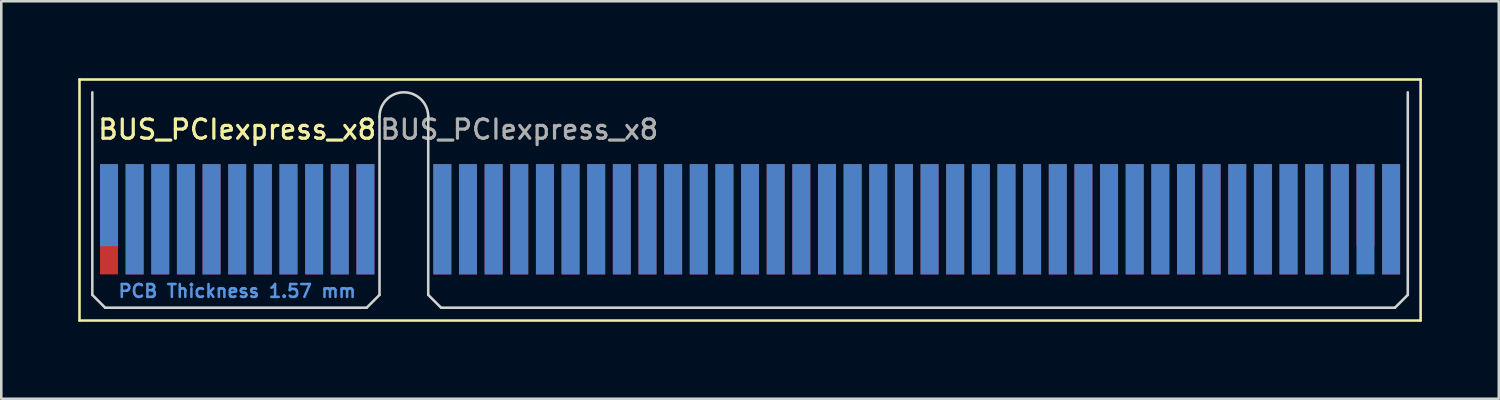
<source format=kicad_pcb>
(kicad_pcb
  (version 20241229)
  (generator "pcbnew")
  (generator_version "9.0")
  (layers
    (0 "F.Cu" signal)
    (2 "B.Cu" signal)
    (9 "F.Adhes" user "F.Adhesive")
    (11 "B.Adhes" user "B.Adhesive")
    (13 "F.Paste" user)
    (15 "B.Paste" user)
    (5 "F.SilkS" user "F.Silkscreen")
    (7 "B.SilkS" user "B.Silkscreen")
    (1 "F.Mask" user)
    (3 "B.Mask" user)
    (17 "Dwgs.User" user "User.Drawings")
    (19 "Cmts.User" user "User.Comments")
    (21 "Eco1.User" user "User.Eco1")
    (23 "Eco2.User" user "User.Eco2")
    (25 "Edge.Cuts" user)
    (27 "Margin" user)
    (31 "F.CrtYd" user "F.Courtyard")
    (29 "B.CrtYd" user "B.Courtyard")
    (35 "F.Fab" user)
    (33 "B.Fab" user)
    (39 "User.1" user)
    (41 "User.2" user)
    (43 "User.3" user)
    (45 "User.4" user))
  (footprint "BUS_PCIexpress_x8"
    (layer "F.Cu")
    (at 1.2 5.5)
    (property "Reference" "BUS_PCIexpress_x8" (at 5 -3.5 0) (layer "F.SilkS") (effects (font (size 0.75 0.75) (thickness 0.125))))
    (attr exclude_from_pos_files exclude_from_bom)
    (fp_line (start -1.15 -5.45) (end -1.15 3.95) (stroke (width 0.1) (type solid)) (layer "F.SilkS"))
    (fp_line (start -1.15 -5.45) (end 51.15 -5.45) (stroke (width 0.1) (type solid)) (layer "F.SilkS"))
    (fp_line (start 51.15 3.95) (end -1.15 3.95) (stroke (width 0.1) (type solid)) (layer "F.SilkS"))
    (fp_line (start 51.15 3.95) (end 51.15 -5.45) (stroke (width 0.1) (type solid)) (layer "F.SilkS"))
    (fp_line (start -0.65 -4.95) (end -0.65 2.95) (stroke (width 0.1) (type solid)) (layer "Edge.Cuts"))
    (fp_line (start -0.65 2.95) (end -0.15 3.45) (stroke (width 0.1) (type solid)) (layer "Edge.Cuts"))
    (fp_line (start -0.15 3.45) (end 10.05 3.45) (stroke (width 0.1) (type solid)) (layer "Edge.Cuts"))
    (fp_line (start 10.55 -4) (end 10.55 2.95) (stroke (width 0.1) (type solid)) (layer "Edge.Cuts"))
    (fp_line (start 10.55 2.95) (end 10.05 3.45) (stroke (width 0.1) (type solid)) (layer "Edge.Cuts"))
    (fp_line (start 12.45 -4) (end 12.45 2.95) (stroke (width 0.1) (type solid)) (layer "Edge.Cuts"))
    (fp_line (start 12.45 2.95) (end 12.95 3.45) (stroke (width 0.1) (type solid)) (layer "Edge.Cuts"))
    (fp_line (start 12.95 3.45) (end 50.15 3.45) (stroke (width 0.1) (type solid)) (layer "Edge.Cuts"))
    (fp_line (start 50.65 -4.95) (end 50.65 2.95) (stroke (width 0.1) (type solid)) (layer "Edge.Cuts"))
    (fp_line (start 50.65 2.95) (end 50.15 3.45) (stroke (width 0.1) (type solid)) (layer "Edge.Cuts"))
    (fp_arc (start 10.55 -4) (mid 11.5 -4.95) (end 12.45 -4) (stroke (width 0.1) (type solid)) (layer "Edge.Cuts"))
    (fp_text user "PCB Thickness 1.57 mm" (at 5 2.8 180) (layer "Cmts.User") (effects (font (size 0.5 0.5) (thickness 0.1))))
    (fp_text user "${REFERENCE}" (at 16 -3.5 0) (layer "F.Fab") (effects (font (size 0.75 0.75) (thickness 0.125))))
    (pad "A1" connect rect (at 0 -0.55) (size 0.7 3.2) (layers "B.Cu" "B.Mask"))
    (pad "A2" connect rect (at 1 0) (size 0.7 4.3) (layers "B.Cu" "B.Mask"))
    (pad "A3" connect rect (at 2 0) (size 0.7 4.3) (layers "B.Cu" "B.Mask"))
    (pad "A4" connect rect (at 3 0) (size 0.7 4.3) (layers "B.Cu" "B.Mask"))
    (pad "A5" connect rect (at 4 0) (size 0.7 4.3) (layers "B.Cu" "B.Mask"))
    (pad "A6" connect rect (at 5 0) (size 0.7 4.3) (layers "B.Cu" "B.Mask"))
    (pad "A7" connect rect (at 6 0) (size 0.7 4.3) (layers "B.Cu" "B.Mask"))
    (pad "A8" connect rect (at 7 0) (size 0.7 4.3) (layers "B.Cu" "B.Mask"))
    (pad "A9" connect rect (at 8 0) (size 0.7 4.3) (layers "B.Cu" "B.Mask"))
    (pad "A10" connect rect (at 9 0) (size 0.7 4.3) (layers "B.Cu" "B.Mask"))
    (pad "A11" connect rect (at 10 0) (size 0.7 4.3) (layers "B.Cu" "B.Mask"))
    (pad "A12" connect rect (at 13 0) (size 0.7 4.3) (layers "B.Cu" "B.Mask"))
    (pad "A13" connect rect (at 14 0) (size 0.7 4.3) (layers "B.Cu" "B.Mask"))
    (pad "A14" connect rect (at 15 0) (size 0.7 4.3) (layers "B.Cu" "B.Mask"))
    (pad "A15" connect rect (at 16 0) (size 0.7 4.3) (layers "B.Cu" "B.Mask"))
    (pad "A16" connect rect (at 17 0) (size 0.7 4.3) (layers "B.Cu" "B.Mask"))
    (pad "A17" connect rect (at 18 0) (size 0.7 4.3) (layers "B.Cu" "B.Mask"))
    (pad "A18" connect rect (at 19 0) (size 0.7 4.3) (layers "B.Cu" "B.Mask"))
    (pad "A19" connect rect (at 20 0) (size 0.7 4.3) (layers "B.Cu" "B.Mask"))
    (pad "A20" connect rect (at 21 0) (size 0.7 4.3) (layers "B.Cu" "B.Mask"))
    (pad "A21" connect rect (at 22 0) (size 0.7 4.3) (layers "B.Cu" "B.Mask"))
    (pad "A22" connect rect (at 23 0) (size 0.7 4.3) (layers "B.Cu" "B.Mask"))
    (pad "A23" connect rect (at 24 0) (size 0.7 4.3) (layers "B.Cu" "B.Mask"))
    (pad "A24" connect rect (at 25 0) (size 0.7 4.3) (layers "B.Cu" "B.Mask"))
    (pad "A25" connect rect (at 26 0) (size 0.7 4.3) (layers "B.Cu" "B.Mask"))
    (pad "A26" connect rect (at 27 0) (size 0.7 4.3) (layers "B.Cu" "B.Mask"))
    (pad "A27" connect rect (at 28 0) (size 0.7 4.3) (layers "B.Cu" "B.Mask"))
    (pad "A28" connect rect (at 29 0) (size 0.7 4.3) (layers "B.Cu" "B.Mask"))
    (pad "A29" connect rect (at 30 0) (size 0.7 4.3) (layers "B.Cu" "B.Mask"))
    (pad "A30" connect rect (at 31 0) (size 0.7 4.3) (layers "B.Cu" "B.Mask"))
    (pad "A31" connect rect (at 32 0) (size 0.7 4.3) (layers "B.Cu" "B.Mask"))
    (pad "A32" connect rect (at 33 0) (size 0.7 4.3) (layers "B.Cu" "B.Mask"))
    (pad "A33" connect rect (at 34 0) (size 0.7 4.3) (layers "B.Cu" "B.Mask"))
    (pad "A34" connect rect (at 35 0) (size 0.7 4.3) (layers "B.Cu" "B.Mask"))
    (pad "A35" connect rect (at 36 0) (size 0.7 4.3) (layers "B.Cu" "B.Mask"))
    (pad "A36" connect rect (at 37 0) (size 0.7 4.3) (layers "B.Cu" "B.Mask"))
    (pad "A37" connect rect (at 38 0) (size 0.7 4.3) (layers "B.Cu" "B.Mask"))
    (pad "A38" connect rect (at 39 0) (size 0.7 4.3) (layers "B.Cu" "B.Mask"))
    (pad "A39" connect rect (at 40 0) (size 0.7 4.3) (layers "B.Cu" "B.Mask"))
    (pad "A40" connect rect (at 41 0) (size 0.7 4.3) (layers "B.Cu" "B.Mask"))
    (pad "A41" connect rect (at 42 0) (size 0.7 4.3) (layers "B.Cu" "B.Mask"))
    (pad "A42" connect rect (at 43 0) (size 0.7 4.3) (layers "B.Cu" "B.Mask"))
    (pad "A43" connect rect (at 44 0) (size 0.7 4.3) (layers "B.Cu" "B.Mask"))
    (pad "A44" connect rect (at 45 0) (size 0.7 4.3) (layers "B.Cu" "B.Mask"))
    (pad "A45" connect rect (at 46 0) (size 0.7 4.3) (layers "B.Cu" "B.Mask"))
    (pad "A46" connect rect (at 47 0) (size 0.7 4.3) (layers "B.Cu" "B.Mask"))
    (pad "A47" connect rect (at 48 0) (size 0.7 4.3) (layers "B.Cu" "B.Mask"))
    (pad "A48" connect rect (at 49 0) (size 0.7 4.3) (layers "B.Cu" "B.Mask"))
    (pad "A49" connect rect (at 50 0) (size 0.7 4.3) (layers "B.Cu" "B.Mask"))
    (pad "B1" connect rect (at 0 0) (size 0.7 4.3) (layers "F.Cu" "F.Mask"))
    (pad "B2" connect rect (at 1 0) (size 0.7 4.3) (layers "F.Cu" "F.Mask"))
    (pad "B3" connect rect (at 2 0) (size 0.7 4.3) (layers "F.Cu" "F.Mask"))
    (pad "B4" connect rect (at 3 0) (size 0.7 4.3) (layers "F.Cu" "F.Mask"))
    (pad "B5" connect rect (at 4 0) (size 0.7 4.3) (layers "F.Cu" "F.Mask"))
    (pad "B6" connect rect (at 5 0) (size 0.7 4.3) (layers "F.Cu" "F.Mask"))
    (pad "B7" connect rect (at 6 0) (size 0.7 4.3) (layers "F.Cu" "F.Mask"))
    (pad "B8" connect rect (at 7 0) (size 0.7 4.3) (layers "F.Cu" "F.Mask"))
    (pad "B9" connect rect (at 8 0) (size 0.7 4.3) (layers "F.Cu" "F.Mask"))
    (pad "B10" connect rect (at 9 0) (size 0.7 4.3) (layers "F.Cu" "F.Mask"))
    (pad "B11" connect rect (at 10 0) (size 0.7 4.3) (layers "F.Cu" "F.Mask"))
    (pad "B12" connect rect (at 13 0) (size 0.7 4.3) (layers "F.Cu" "F.Mask"))
    (pad "B13" connect rect (at 14 0) (size 0.7 4.3) (layers "F.Cu" "F.Mask"))
    (pad "B14" connect rect (at 15 0) (size 0.7 4.3) (layers "F.Cu" "F.Mask"))
    (pad "B15" connect rect (at 16 0) (size 0.7 4.3) (layers "F.Cu" "F.Mask"))
    (pad "B16" connect rect (at 17 0) (size 0.7 4.3) (layers "F.Cu" "F.Mask"))
    (pad "B17" connect rect (at 18 0) (size 0.7 4.3) (layers "F.Cu" "F.Mask"))
    (pad "B18" connect rect (at 19 0) (size 0.7 4.3) (layers "F.Cu" "F.Mask"))
    (pad "B19" connect rect (at 20 0) (size 0.7 4.3) (layers "F.Cu" "F.Mask"))
    (pad "B20" connect rect (at 21 0) (size 0.7 4.3) (layers "F.Cu" "F.Mask"))
    (pad "B21" connect rect (at 22 0) (size 0.7 4.3) (layers "F.Cu" "F.Mask"))
    (pad "B22" connect rect (at 23 0) (size 0.7 4.3) (layers "F.Cu" "F.Mask"))
    (pad "B23" connect rect (at 24 0) (size 0.7 4.3) (layers "F.Cu" "F.Mask"))
    (pad "B24" connect rect (at 25 0) (size 0.7 4.3) (layers "F.Cu" "F.Mask"))
    (pad "B25" connect rect (at 26 0) (size 0.7 4.3) (layers "F.Cu" "F.Mask"))
    (pad "B26" connect rect (at 27 0) (size 0.7 4.3) (layers "F.Cu" "F.Mask"))
    (pad "B27" connect rect (at 28 0) (size 0.7 4.3) (layers "F.Cu" "F.Mask"))
    (pad "B28" connect rect (at 29 0) (size 0.7 4.3) (layers "F.Cu" "F.Mask"))
    (pad "B29" connect rect (at 30 0) (size 0.7 4.3) (layers "F.Cu" "F.Mask"))
    (pad "B30" connect rect (at 31 0) (size 0.7 4.3) (layers "F.Cu" "F.Mask"))
    (pad "B31" connect rect (at 32 0) (size 0.7 4.3) (layers "F.Cu" "F.Mask"))
    (pad "B32" connect rect (at 33 0) (size 0.7 4.3) (layers "F.Cu" "F.Mask"))
    (pad "B33" connect rect (at 34 0) (size 0.7 4.3) (layers "F.Cu" "F.Mask"))
    (pad "B34" connect rect (at 35 0) (size 0.7 4.3) (layers "F.Cu" "F.Mask"))
    (pad "B35" connect rect (at 36 0) (size 0.7 4.3) (layers "F.Cu" "F.Mask"))
    (pad "B36" connect rect (at 37 0) (size 0.7 4.3) (layers "F.Cu" "F.Mask"))
    (pad "B37" connect rect (at 38 0) (size 0.7 4.3) (layers "F.Cu" "F.Mask"))
    (pad "B38" connect rect (at 39 0) (size 0.7 4.3) (layers "F.Cu" "F.Mask"))
    (pad "B39" connect rect (at 40 0) (size 0.7 4.3) (layers "F.Cu" "F.Mask"))
    (pad "B40" connect rect (at 41 0) (size 0.7 4.3) (layers "F.Cu" "F.Mask"))
    (pad "B41" connect rect (at 42 0) (size 0.7 4.3) (layers "F.Cu" "F.Mask"))
    (pad "B42" connect rect (at 43 0) (size 0.7 4.3) (layers "F.Cu" "F.Mask"))
    (pad "B43" connect rect (at 44 0) (size 0.7 4.3) (layers "F.Cu" "F.Mask"))
    (pad "B44" connect rect (at 45 0) (size 0.7 4.3) (layers "F.Cu" "F.Mask"))
    (pad "B45" connect rect (at 46 0) (size 0.7 4.3) (layers "F.Cu" "F.Mask"))
    (pad "B46" connect rect (at 47 0) (size 0.7 4.3) (layers "F.Cu" "F.Mask"))
    (pad "B47" connect rect (at 48 0) (size 0.7 4.3) (layers "F.Cu" "F.Mask"))
    (pad "B48" connect rect (at 49 -0.55) (size 0.7 3.2) (layers "F.Cu" "F.Mask"))
    (pad "B49" connect rect (at 50 0) (size 0.7 4.3) (layers "F.Cu" "F.Mask")))
  (gr_rect
    (start -3 -3)
    (end 55.4 12.5)
    (stroke (width 0.1) (type default))
    (fill no)
    (layer "Edge.Cuts")))
</source>
